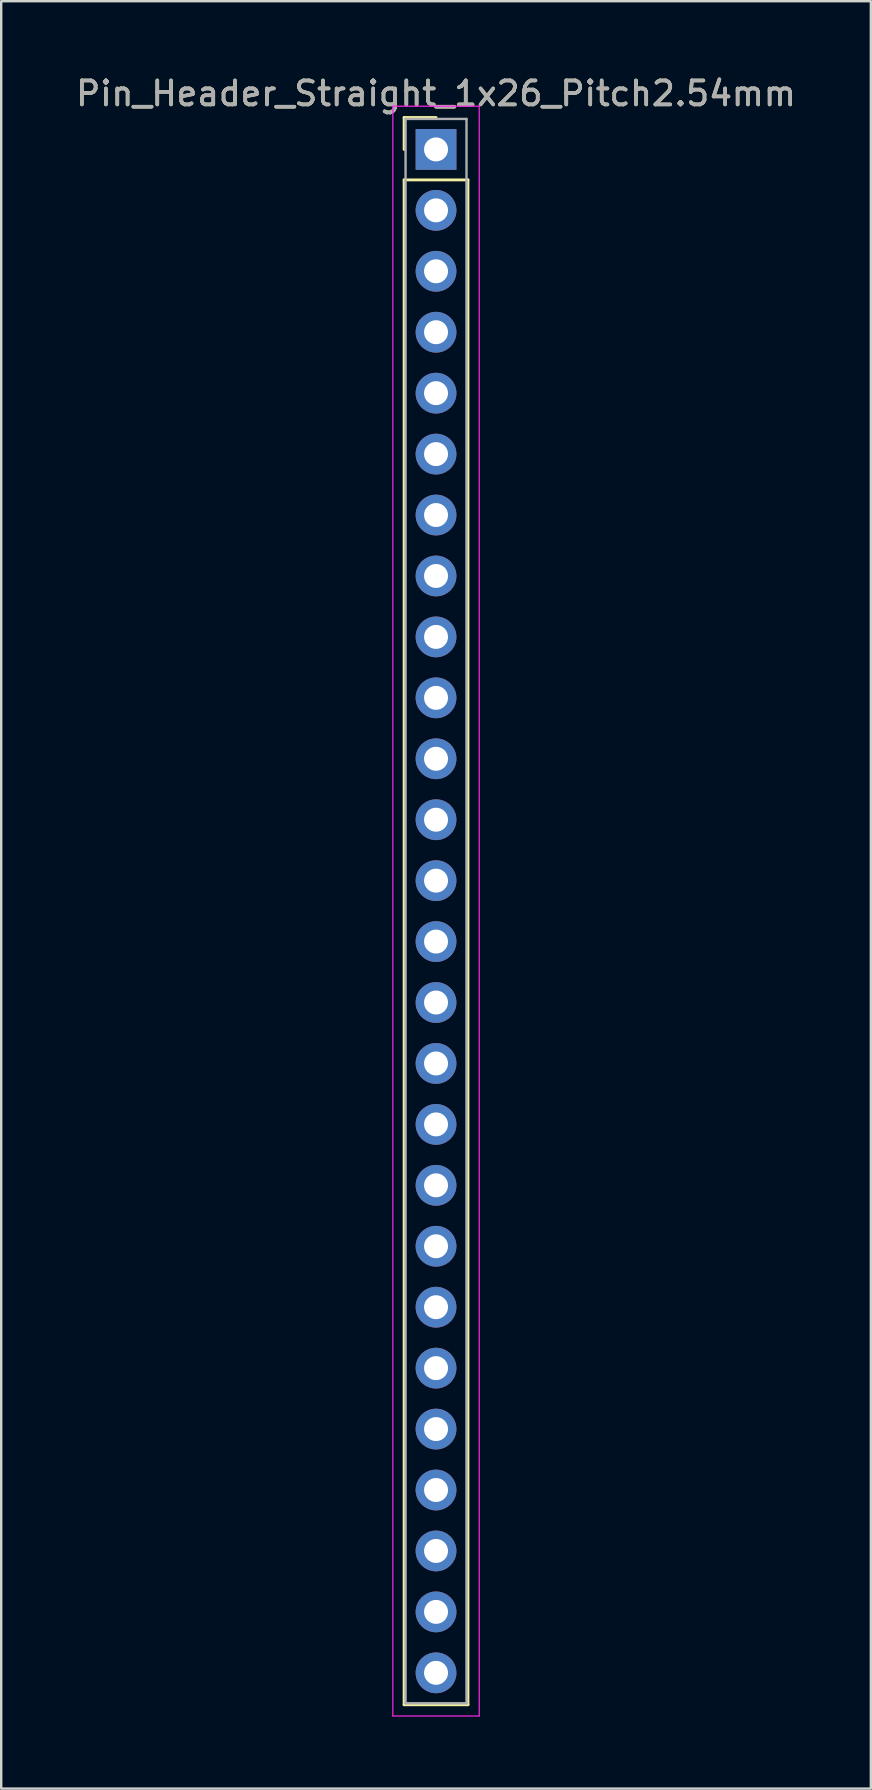
<source format=kicad_pcb>
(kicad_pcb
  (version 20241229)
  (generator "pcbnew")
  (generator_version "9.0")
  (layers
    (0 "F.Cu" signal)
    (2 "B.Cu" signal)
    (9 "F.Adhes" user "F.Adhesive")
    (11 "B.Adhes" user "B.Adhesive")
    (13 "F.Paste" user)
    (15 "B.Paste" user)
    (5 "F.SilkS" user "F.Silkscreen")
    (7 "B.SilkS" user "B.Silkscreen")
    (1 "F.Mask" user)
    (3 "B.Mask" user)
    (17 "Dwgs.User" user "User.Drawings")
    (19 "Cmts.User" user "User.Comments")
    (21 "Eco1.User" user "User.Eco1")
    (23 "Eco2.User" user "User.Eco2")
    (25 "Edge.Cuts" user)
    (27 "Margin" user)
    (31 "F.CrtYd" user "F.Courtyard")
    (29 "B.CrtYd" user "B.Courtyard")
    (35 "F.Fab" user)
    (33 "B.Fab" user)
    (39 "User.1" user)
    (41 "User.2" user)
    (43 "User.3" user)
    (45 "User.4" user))
  (footprint "Pin_Header_Straight_1x26_Pitch2.54mm"
    (layer "F.Cu")
    (at 15.125 3.178)
    (property "Reference" "Pin_Header_Straight_1x26_Pitch2.54mm" (at 0 -2.33 0) (layer "F.SilkS") (effects (font (size 1 1) (thickness 0.15))))
    (attr through_hole)
    (fp_line (start -1.33 -1.33) (end 0 -1.33) (stroke (width 0.12) (type solid)) (layer "F.SilkS"))
    (fp_line (start -1.33 0) (end -1.33 -1.33) (stroke (width 0.12) (type solid)) (layer "F.SilkS"))
    (fp_line (start -1.33 1.27) (end -1.33 64.83) (stroke (width 0.12) (type solid)) (layer "F.SilkS"))
    (fp_line (start -1.33 64.83) (end 1.33 64.83) (stroke (width 0.12) (type solid)) (layer "F.SilkS"))
    (fp_line (start 1.33 1.27) (end -1.33 1.27) (stroke (width 0.12) (type solid)) (layer "F.SilkS"))
    (fp_line (start 1.33 64.83) (end 1.33 1.27) (stroke (width 0.12) (type solid)) (layer "F.SilkS"))
    (fp_line (start -1.8 -1.8) (end -1.8 65.3) (stroke (width 0.05) (type solid)) (layer "F.CrtYd"))
    (fp_line (start -1.8 65.3) (end 1.8 65.3) (stroke (width 0.05) (type solid)) (layer "F.CrtYd"))
    (fp_line (start 1.8 -1.8) (end -1.8 -1.8) (stroke (width 0.05) (type solid)) (layer "F.CrtYd"))
    (fp_line (start 1.8 65.3) (end 1.8 -1.8) (stroke (width 0.05) (type solid)) (layer "F.CrtYd"))
    (fp_line (start -1.27 -1.27) (end -1.27 64.77) (stroke (width 0.1) (type solid)) (layer "F.Fab"))
    (fp_line (start -1.27 64.77) (end 1.27 64.77) (stroke (width 0.1) (type solid)) (layer "F.Fab"))
    (fp_line (start 1.27 -1.27) (end -1.27 -1.27) (stroke (width 0.1) (type solid)) (layer "F.Fab"))
    (fp_line (start 1.27 64.77) (end 1.27 -1.27) (stroke (width 0.1) (type solid)) (layer "F.Fab"))
    (fp_text user "${REFERENCE}" (at 0 -2.33 0) (layer "F.Fab") (effects (font (size 1 1) (thickness 0.15))))
    (pad "1" thru_hole rect (at 0 0) (size 1.7 1.7) (drill 1) (layers "*.Cu" "*.Mask"))
    (pad "2" thru_hole oval (at 0 2.54) (size 1.7 1.7) (drill 1) (layers "*.Cu" "*.Mask"))
    (pad "3" thru_hole oval (at 0 5.08) (size 1.7 1.7) (drill 1) (layers "*.Cu" "*.Mask"))
    (pad "4" thru_hole oval (at 0 7.62) (size 1.7 1.7) (drill 1) (layers "*.Cu" "*.Mask"))
    (pad "5" thru_hole oval (at 0 10.16) (size 1.7 1.7) (drill 1) (layers "*.Cu" "*.Mask"))
    (pad "6" thru_hole oval (at 0 12.7) (size 1.7 1.7) (drill 1) (layers "*.Cu" "*.Mask"))
    (pad "7" thru_hole oval (at 0 15.24) (size 1.7 1.7) (drill 1) (layers "*.Cu" "*.Mask"))
    (pad "8" thru_hole oval (at 0 17.78) (size 1.7 1.7) (drill 1) (layers "*.Cu" "*.Mask"))
    (pad "9" thru_hole oval (at 0 20.32) (size 1.7 1.7) (drill 1) (layers "*.Cu" "*.Mask"))
    (pad "10" thru_hole oval (at 0 22.86) (size 1.7 1.7) (drill 1) (layers "*.Cu" "*.Mask"))
    (pad "11" thru_hole oval (at 0 25.4) (size 1.7 1.7) (drill 1) (layers "*.Cu" "*.Mask"))
    (pad "12" thru_hole oval (at 0 27.94) (size 1.7 1.7) (drill 1) (layers "*.Cu" "*.Mask"))
    (pad "13" thru_hole oval (at 0 30.48) (size 1.7 1.7) (drill 1) (layers "*.Cu" "*.Mask"))
    (pad "14" thru_hole oval (at 0 33.02) (size 1.7 1.7) (drill 1) (layers "*.Cu" "*.Mask"))
    (pad "15" thru_hole oval (at 0 35.56) (size 1.7 1.7) (drill 1) (layers "*.Cu" "*.Mask"))
    (pad "16" thru_hole oval (at 0 38.1) (size 1.7 1.7) (drill 1) (layers "*.Cu" "*.Mask"))
    (pad "17" thru_hole oval (at 0 40.64) (size 1.7 1.7) (drill 1) (layers "*.Cu" "*.Mask"))
    (pad "18" thru_hole oval (at 0 43.18) (size 1.7 1.7) (drill 1) (layers "*.Cu" "*.Mask"))
    (pad "19" thru_hole oval (at 0 45.72) (size 1.7 1.7) (drill 1) (layers "*.Cu" "*.Mask"))
    (pad "20" thru_hole oval (at 0 48.26) (size 1.7 1.7) (drill 1) (layers "*.Cu" "*.Mask"))
    (pad "21" thru_hole oval (at 0 50.8) (size 1.7 1.7) (drill 1) (layers "*.Cu" "*.Mask"))
    (pad "22" thru_hole oval (at 0 53.34) (size 1.7 1.7) (drill 1) (layers "*.Cu" "*.Mask"))
    (pad "23" thru_hole oval (at 0 55.88) (size 1.7 1.7) (drill 1) (layers "*.Cu" "*.Mask"))
    (pad "24" thru_hole oval (at 0 58.42) (size 1.7 1.7) (drill 1) (layers "*.Cu" "*.Mask"))
    (pad "25" thru_hole oval (at 0 60.96) (size 1.7 1.7) (drill 1) (layers "*.Cu" "*.Mask"))
    (pad "26" thru_hole oval (at 0 63.5) (size 1.7 1.7) (drill 1) (layers "*.Cu" "*.Mask")))
  (gr_rect
    (start -3 -3)
    (end 33.25 71.503)
    (stroke (width 0.1) (type default))
    (fill no)
    (layer "Edge.Cuts")))
</source>
